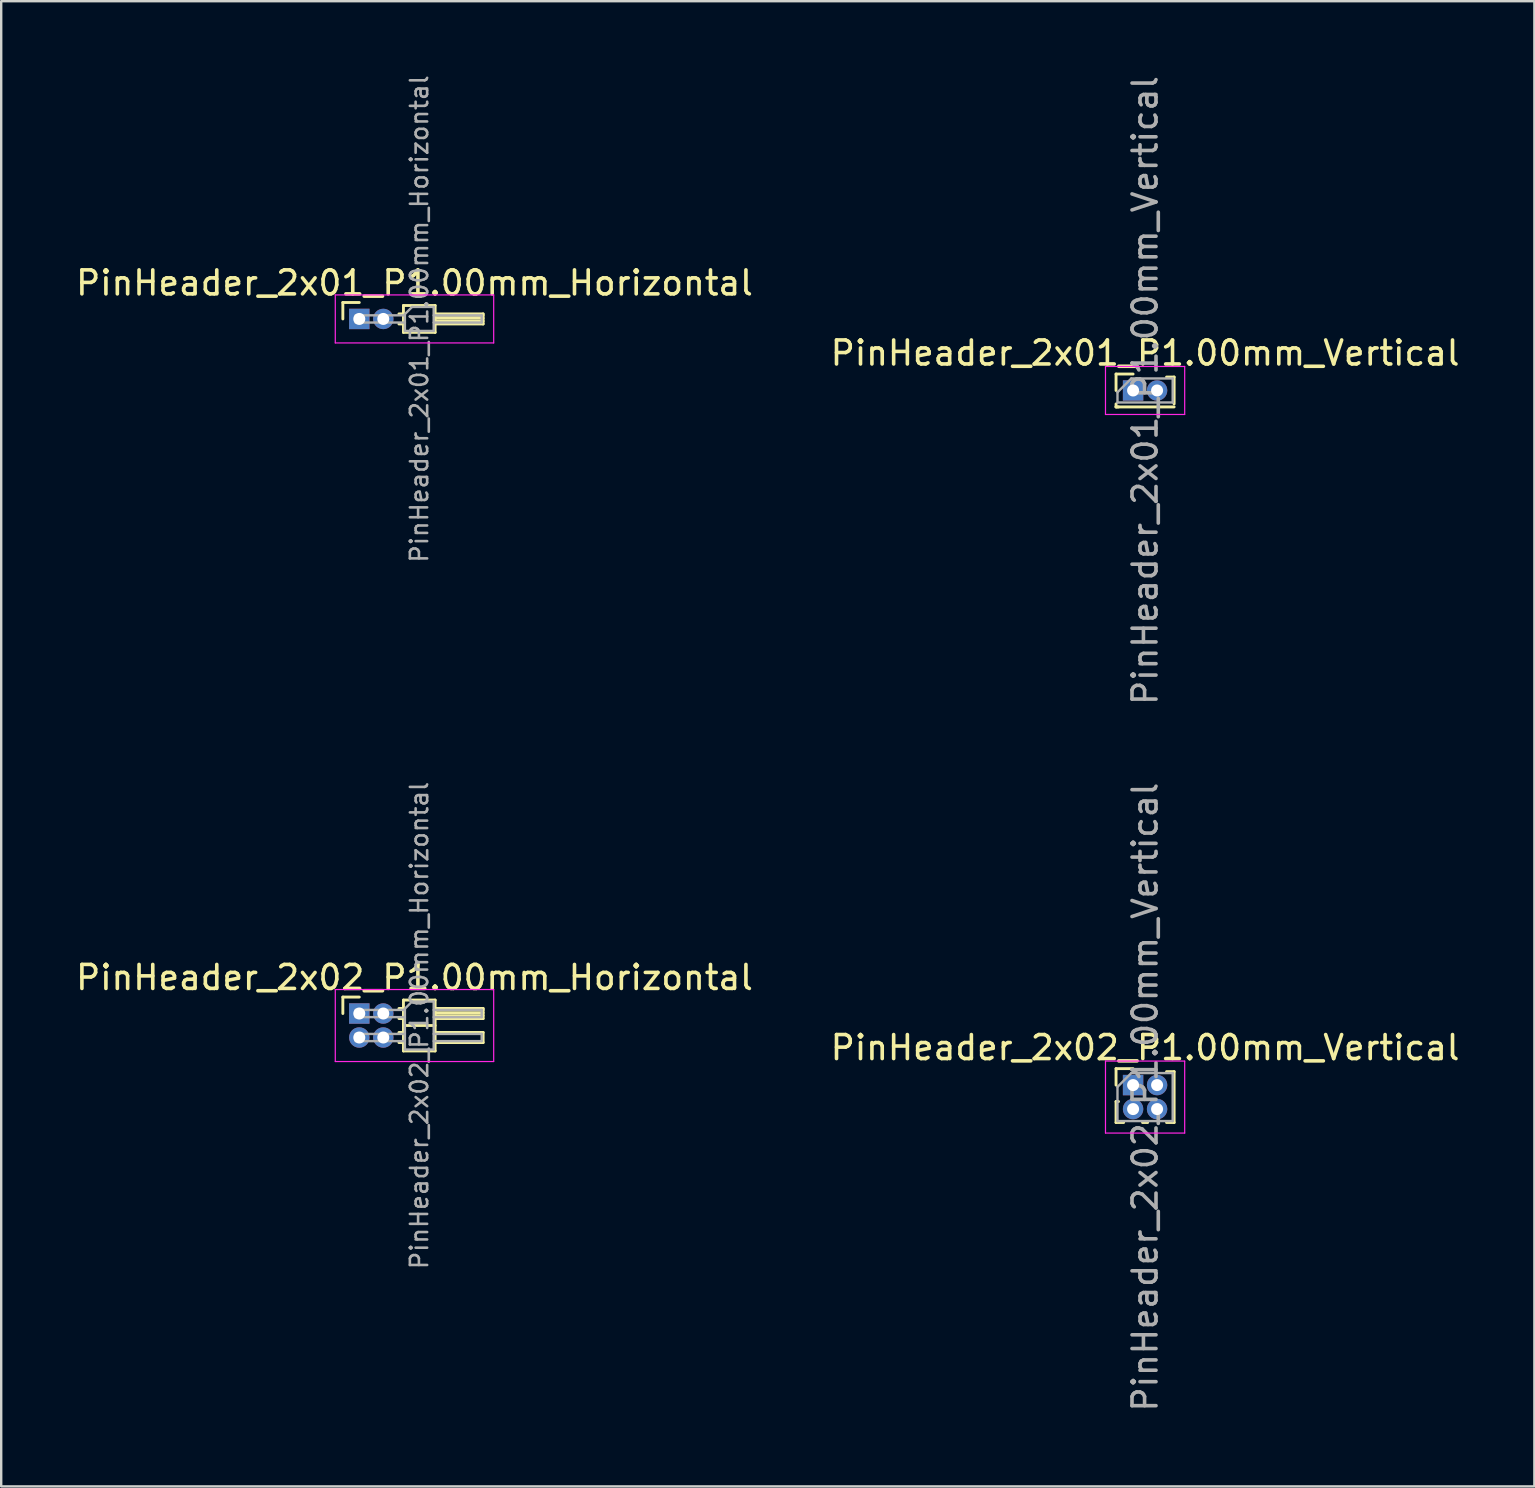
<source format=kicad_pcb>
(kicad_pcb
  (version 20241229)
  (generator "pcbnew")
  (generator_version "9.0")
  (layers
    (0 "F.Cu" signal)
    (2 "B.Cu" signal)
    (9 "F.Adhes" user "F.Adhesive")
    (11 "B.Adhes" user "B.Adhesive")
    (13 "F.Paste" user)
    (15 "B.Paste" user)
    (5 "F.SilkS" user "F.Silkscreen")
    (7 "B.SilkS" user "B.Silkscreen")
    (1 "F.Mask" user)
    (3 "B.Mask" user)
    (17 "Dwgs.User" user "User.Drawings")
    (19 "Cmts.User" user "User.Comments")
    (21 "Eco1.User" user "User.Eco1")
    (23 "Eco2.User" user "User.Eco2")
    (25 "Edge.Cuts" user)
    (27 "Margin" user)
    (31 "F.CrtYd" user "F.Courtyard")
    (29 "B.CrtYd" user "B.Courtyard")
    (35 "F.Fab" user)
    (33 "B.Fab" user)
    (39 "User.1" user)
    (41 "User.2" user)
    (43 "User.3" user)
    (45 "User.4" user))
  (footprint "PinHeader_2x01_P1.00mm_Horizontal"
    (layer "F.Cu")
    (at 11.92 10.239)
    (property "Reference" "PinHeader_2x01_P1.00mm_Horizontal" (at 2.3 -1.5 0) (layer "F.SilkS") (effects (font (size 1 1) (thickness 0.15))))
    (attr through_hole)
    (fp_line (start -0.685 -0.685) (end 0 -0.685) (stroke (width 0.12) (type solid)) (layer "F.SilkS"))
    (fp_line (start -0.685 0) (end -0.685 -0.685) (stroke (width 0.12) (type solid)) (layer "F.SilkS"))
    (fp_line (start 1.652 -0.21) (end 1.84 -0.21) (stroke (width 0.12) (type solid)) (layer "F.SilkS"))
    (fp_line (start 1.652 0.21) (end 1.84 0.21) (stroke (width 0.12) (type solid)) (layer "F.SilkS"))
    (fp_line (start 1.84 -0.56) (end 1.84 0.56) (stroke (width 0.12) (type solid)) (layer "F.SilkS"))
    (fp_line (start 1.84 0.56) (end 3.16 0.56) (stroke (width 0.12) (type solid)) (layer "F.SilkS"))
    (fp_line (start 3.16 -0.56) (end 1.84 -0.56) (stroke (width 0.12) (type solid)) (layer "F.SilkS"))
    (fp_line (start 3.16 -0.21) (end 5.16 -0.21) (stroke (width 0.12) (type solid)) (layer "F.SilkS"))
    (fp_line (start 3.16 -0.15) (end 5.16 -0.15) (stroke (width 0.12) (type solid)) (layer "F.SilkS"))
    (fp_line (start 3.16 -0.03) (end 5.16 -0.03) (stroke (width 0.12) (type solid)) (layer "F.SilkS"))
    (fp_line (start 3.16 0.09) (end 5.16 0.09) (stroke (width 0.12) (type solid)) (layer "F.SilkS"))
    (fp_line (start 3.16 0.56) (end 3.16 -0.56) (stroke (width 0.12) (type solid)) (layer "F.SilkS"))
    (fp_line (start 5.16 -0.21) (end 5.16 0.21) (stroke (width 0.12) (type solid)) (layer "F.SilkS"))
    (fp_line (start 5.16 0.21) (end 3.16 0.21) (stroke (width 0.12) (type solid)) (layer "F.SilkS"))
    (fp_line (start -1 -1) (end -1 1) (stroke (width 0.05) (type solid)) (layer "F.CrtYd"))
    (fp_line (start -1 1) (end 5.6 1) (stroke (width 0.05) (type solid)) (layer "F.CrtYd"))
    (fp_line (start 5.6 -1) (end -1 -1) (stroke (width 0.05) (type solid)) (layer "F.CrtYd"))
    (fp_line (start 5.6 1) (end 5.6 -1) (stroke (width 0.05) (type solid)) (layer "F.CrtYd"))
    (fp_line (start -0.15 -0.15) (end -0.15 0.15) (stroke (width 0.1) (type solid)) (layer "F.Fab"))
    (fp_line (start -0.15 -0.15) (end 1.9 -0.15) (stroke (width 0.1) (type solid)) (layer "F.Fab"))
    (fp_line (start -0.15 0.15) (end 1.9 0.15) (stroke (width 0.1) (type solid)) (layer "F.Fab"))
    (fp_line (start 1.9 -0.2) (end 2.2 -0.5) (stroke (width 0.1) (type solid)) (layer "F.Fab"))
    (fp_line (start 1.9 0.5) (end 1.9 -0.2) (stroke (width 0.1) (type solid)) (layer "F.Fab"))
    (fp_line (start 2.2 -0.5) (end 3.1 -0.5) (stroke (width 0.1) (type solid)) (layer "F.Fab"))
    (fp_line (start 3.1 -0.5) (end 3.1 0.5) (stroke (width 0.1) (type solid)) (layer "F.Fab"))
    (fp_line (start 3.1 -0.15) (end 5.1 -0.15) (stroke (width 0.1) (type solid)) (layer "F.Fab"))
    (fp_line (start 3.1 0.15) (end 5.1 0.15) (stroke (width 0.1) (type solid)) (layer "F.Fab"))
    (fp_line (start 3.1 0.5) (end 1.9 0.5) (stroke (width 0.1) (type solid)) (layer "F.Fab"))
    (fp_line (start 5.1 -0.15) (end 5.1 0.15) (stroke (width 0.1) (type solid)) (layer "F.Fab"))
    (fp_text user "${REFERENCE}" (at 2.5 0 90) (layer "F.Fab") (effects (font (size 0.72 0.72) (thickness 0.108))))
    (pad "1" thru_hole rect (at 0 0) (size 0.85 0.85) (drill 0.5) (layers "*.Cu" "*.Mask"))
    (pad "2" thru_hole oval (at 1 0) (size 0.85 0.85) (drill 0.5) (layers "*.Cu" "*.Mask")))
  (footprint "PinHeader_2x02_P1.00mm_Horizontal"
    (layer "F.Cu")
    (at 11.92 39.179)
    (property "Reference" "PinHeader_2x02_P1.00mm_Horizontal" (at 2.3 -1.5 0) (layer "F.SilkS") (effects (font (size 1 1) (thickness 0.15))))
    (attr through_hole)
    (fp_line (start -0.685 -0.685) (end 0 -0.685) (stroke (width 0.12) (type solid)) (layer "F.SilkS"))
    (fp_line (start -0.685 0) (end -0.685 -0.685) (stroke (width 0.12) (type solid)) (layer "F.SilkS"))
    (fp_line (start 1.652 -0.21) (end 1.84 -0.21) (stroke (width 0.12) (type solid)) (layer "F.SilkS"))
    (fp_line (start 1.652 0.21) (end 1.84 0.21) (stroke (width 0.12) (type solid)) (layer "F.SilkS"))
    (fp_line (start 1.652 0.79) (end 1.84 0.79) (stroke (width 0.12) (type solid)) (layer "F.SilkS"))
    (fp_line (start 1.652 1.21) (end 1.84 1.21) (stroke (width 0.12) (type solid)) (layer "F.SilkS"))
    (fp_line (start 1.84 -0.56) (end 1.84 1.56) (stroke (width 0.12) (type solid)) (layer "F.SilkS"))
    (fp_line (start 1.84 0.5) (end 3.16 0.5) (stroke (width 0.12) (type solid)) (layer "F.SilkS"))
    (fp_line (start 1.84 1.56) (end 3.16 1.56) (stroke (width 0.12) (type solid)) (layer "F.SilkS"))
    (fp_line (start 3.16 -0.56) (end 1.84 -0.56) (stroke (width 0.12) (type solid)) (layer "F.SilkS"))
    (fp_line (start 3.16 -0.21) (end 5.16 -0.21) (stroke (width 0.12) (type solid)) (layer "F.SilkS"))
    (fp_line (start 3.16 -0.15) (end 5.16 -0.15) (stroke (width 0.12) (type solid)) (layer "F.SilkS"))
    (fp_line (start 3.16 -0.03) (end 5.16 -0.03) (stroke (width 0.12) (type solid)) (layer "F.SilkS"))
    (fp_line (start 3.16 0.09) (end 5.16 0.09) (stroke (width 0.12) (type solid)) (layer "F.SilkS"))
    (fp_line (start 3.16 0.79) (end 5.16 0.79) (stroke (width 0.12) (type solid)) (layer "F.SilkS"))
    (fp_line (start 3.16 1.56) (end 3.16 -0.56) (stroke (width 0.12) (type solid)) (layer "F.SilkS"))
    (fp_line (start 5.16 -0.21) (end 5.16 0.21) (stroke (width 0.12) (type solid)) (layer "F.SilkS"))
    (fp_line (start 5.16 0.21) (end 3.16 0.21) (stroke (width 0.12) (type solid)) (layer "F.SilkS"))
    (fp_line (start 5.16 0.79) (end 5.16 1.21) (stroke (width 0.12) (type solid)) (layer "F.SilkS"))
    (fp_line (start 5.16 1.21) (end 3.16 1.21) (stroke (width 0.12) (type solid)) (layer "F.SilkS"))
    (fp_line (start -1 -1) (end -1 2) (stroke (width 0.05) (type solid)) (layer "F.CrtYd"))
    (fp_line (start -1 2) (end 5.6 2) (stroke (width 0.05) (type solid)) (layer "F.CrtYd"))
    (fp_line (start 5.6 -1) (end -1 -1) (stroke (width 0.05) (type solid)) (layer "F.CrtYd"))
    (fp_line (start 5.6 2) (end 5.6 -1) (stroke (width 0.05) (type solid)) (layer "F.CrtYd"))
    (fp_line (start -0.15 -0.15) (end -0.15 0.15) (stroke (width 0.1) (type solid)) (layer "F.Fab"))
    (fp_line (start -0.15 -0.15) (end 1.9 -0.15) (stroke (width 0.1) (type solid)) (layer "F.Fab"))
    (fp_line (start -0.15 0.15) (end 1.9 0.15) (stroke (width 0.1) (type solid)) (layer "F.Fab"))
    (fp_line (start -0.15 0.85) (end -0.15 1.15) (stroke (width 0.1) (type solid)) (layer "F.Fab"))
    (fp_line (start -0.15 0.85) (end 1.9 0.85) (stroke (width 0.1) (type solid)) (layer "F.Fab"))
    (fp_line (start -0.15 1.15) (end 1.9 1.15) (stroke (width 0.1) (type solid)) (layer "F.Fab"))
    (fp_line (start 1.9 -0.2) (end 2.2 -0.5) (stroke (width 0.1) (type solid)) (layer "F.Fab"))
    (fp_line (start 1.9 1.5) (end 1.9 -0.2) (stroke (width 0.1) (type solid)) (layer "F.Fab"))
    (fp_line (start 2.2 -0.5) (end 3.1 -0.5) (stroke (width 0.1) (type solid)) (layer "F.Fab"))
    (fp_line (start 3.1 -0.5) (end 3.1 1.5) (stroke (width 0.1) (type solid)) (layer "F.Fab"))
    (fp_line (start 3.1 -0.15) (end 5.1 -0.15) (stroke (width 0.1) (type solid)) (layer "F.Fab"))
    (fp_line (start 3.1 0.15) (end 5.1 0.15) (stroke (width 0.1) (type solid)) (layer "F.Fab"))
    (fp_line (start 3.1 0.85) (end 5.1 0.85) (stroke (width 0.1) (type solid)) (layer "F.Fab"))
    (fp_line (start 3.1 1.15) (end 5.1 1.15) (stroke (width 0.1) (type solid)) (layer "F.Fab"))
    (fp_line (start 3.1 1.5) (end 1.9 1.5) (stroke (width 0.1) (type solid)) (layer "F.Fab"))
    (fp_line (start 5.1 -0.15) (end 5.1 0.15) (stroke (width 0.1) (type solid)) (layer "F.Fab"))
    (fp_line (start 5.1 0.85) (end 5.1 1.15) (stroke (width 0.1) (type solid)) (layer "F.Fab"))
    (fp_text user "${REFERENCE}" (at 2.5 0.5 90) (layer "F.Fab") (effects (font (size 0.72 0.72) (thickness 0.108))))
    (pad "1" thru_hole rect (at 0 0) (size 0.85 0.85) (drill 0.5) (layers "*.Cu" "*.Mask"))
    (pad "2" thru_hole oval (at 1 0) (size 0.85 0.85) (drill 0.5) (layers "*.Cu" "*.Mask"))
    (pad "3" thru_hole oval (at 0 1) (size 0.85 0.85) (drill 0.5) (layers "*.Cu" "*.Mask"))
    (pad "4" thru_hole oval (at 1 1) (size 0.85 0.85) (drill 0.5) (layers "*.Cu" "*.Mask")))
  (footprint "PinHeader_2x02_P1.00mm_Vertical"
    (layer "F.Cu")
    (at 44.161 42.161)
    (property "Reference" "PinHeader_2x02_P1.00mm_Vertical" (at 0.5 -1.56 0) (layer "F.SilkS") (effects (font (size 1 1) (thickness 0.15))))
    (attr through_hole)
    (fp_line (start -0.71 -0.685) (end 0 -0.685) (stroke (width 0.12) (type solid)) (layer "F.SilkS"))
    (fp_line (start -0.71 0) (end -0.71 -0.685) (stroke (width 0.12) (type solid)) (layer "F.SilkS"))
    (fp_line (start -0.71 0.685) (end -0.71 1.56) (stroke (width 0.12) (type solid)) (layer "F.SilkS"))
    (fp_line (start -0.71 0.685) (end -0.608 0.685) (stroke (width 0.12) (type solid)) (layer "F.SilkS"))
    (fp_line (start -0.71 1.56) (end -0.394 1.56) (stroke (width 0.12) (type solid)) (layer "F.SilkS"))
    (fp_line (start 0.394 1.56) (end 0.606 1.56) (stroke (width 0.12) (type solid)) (layer "F.SilkS"))
    (fp_line (start 1.394 -0.56) (end 1.71 -0.56) (stroke (width 0.12) (type solid)) (layer "F.SilkS"))
    (fp_line (start 1.394 1.56) (end 1.71 1.56) (stroke (width 0.12) (type solid)) (layer "F.SilkS"))
    (fp_line (start 1.71 -0.56) (end 1.71 1.56) (stroke (width 0.12) (type solid)) (layer "F.SilkS"))
    (fp_line (start -1.15 -1) (end -1.15 2) (stroke (width 0.05) (type solid)) (layer "F.CrtYd"))
    (fp_line (start -1.15 2) (end 2.15 2) (stroke (width 0.05) (type solid)) (layer "F.CrtYd"))
    (fp_line (start 2.15 -1) (end -1.15 -1) (stroke (width 0.05) (type solid)) (layer "F.CrtYd"))
    (fp_line (start 2.15 2) (end 2.15 -1) (stroke (width 0.05) (type solid)) (layer "F.CrtYd"))
    (fp_line (start -0.65 0.075) (end -0.075 -0.5) (stroke (width 0.1) (type solid)) (layer "F.Fab"))
    (fp_line (start -0.65 1.5) (end -0.65 0.075) (stroke (width 0.1) (type solid)) (layer "F.Fab"))
    (fp_line (start -0.075 -0.5) (end 1.65 -0.5) (stroke (width 0.1) (type solid)) (layer "F.Fab"))
    (fp_line (start 1.65 -0.5) (end 1.65 1.5) (stroke (width 0.1) (type solid)) (layer "F.Fab"))
    (fp_line (start 1.65 1.5) (end -0.65 1.5) (stroke (width 0.1) (type solid)) (layer "F.Fab"))
    (fp_text user "${REFERENCE}" (at 0.5 0.5 90) (layer "F.Fab") (effects (font (size 1 1) (thickness 0.15))))
    (pad "1" thru_hole rect (at 0 0) (size 0.85 0.85) (drill 0.5) (layers "*.Cu" "*.Mask"))
    (pad "2" thru_hole oval (at 1 0) (size 0.85 0.85) (drill 0.5) (layers "*.Cu" "*.Mask"))
    (pad "3" thru_hole oval (at 0 1) (size 0.85 0.85) (drill 0.5) (layers "*.Cu" "*.Mask"))
    (pad "4" thru_hole oval (at 1 1) (size 0.85 0.85) (drill 0.5) (layers "*.Cu" "*.Mask")))
  (footprint "PinHeader_2x01_P1.00mm_Vertical"
    (layer "F.Cu")
    (at 44.161 13.22)
    (property "Reference" "PinHeader_2x01_P1.00mm_Vertical" (at 0.5 -1.56 0) (layer "F.SilkS") (effects (font (size 1 1) (thickness 0.15))))
    (attr through_hole)
    (fp_line (start -0.71 -0.685) (end 0 -0.685) (stroke (width 0.12) (type solid)) (layer "F.SilkS"))
    (fp_line (start -0.71 0) (end -0.71 -0.685) (stroke (width 0.12) (type solid)) (layer "F.SilkS"))
    (fp_line (start -0.71 0.685) (end -0.71 0.56) (stroke (width 0.12) (type solid)) (layer "F.SilkS"))
    (fp_line (start -0.71 0.685) (end -0.608 0.685) (stroke (width 0.12) (type solid)) (layer "F.SilkS"))
    (fp_line (start -0.71 0.685) (end 1.71 0.685) (stroke (width 0.12) (type solid)) (layer "F.SilkS"))
    (fp_line (start 1.394 -0.56) (end 1.71 -0.56) (stroke (width 0.12) (type solid)) (layer "F.SilkS"))
    (fp_line (start 1.71 -0.56) (end 1.71 0.56) (stroke (width 0.12) (type solid)) (layer "F.SilkS"))
    (fp_line (start -1.15 -1) (end -1.15 1) (stroke (width 0.05) (type solid)) (layer "F.CrtYd"))
    (fp_line (start -1.15 1) (end 2.15 1) (stroke (width 0.05) (type solid)) (layer "F.CrtYd"))
    (fp_line (start 2.15 -1) (end -1.15 -1) (stroke (width 0.05) (type solid)) (layer "F.CrtYd"))
    (fp_line (start 2.15 1) (end 2.15 -1) (stroke (width 0.05) (type solid)) (layer "F.CrtYd"))
    (fp_line (start -0.65 0.075) (end -0.075 -0.5) (stroke (width 0.1) (type solid)) (layer "F.Fab"))
    (fp_line (start -0.65 0.5) (end -0.65 0.075) (stroke (width 0.1) (type solid)) (layer "F.Fab"))
    (fp_line (start -0.075 -0.5) (end 1.65 -0.5) (stroke (width 0.1) (type solid)) (layer "F.Fab"))
    (fp_line (start 1.65 -0.5) (end 1.65 0.5) (stroke (width 0.1) (type solid)) (layer "F.Fab"))
    (fp_line (start 1.65 0.5) (end -0.65 0.5) (stroke (width 0.1) (type solid)) (layer "F.Fab"))
    (fp_text user "${REFERENCE}" (at 0.5 0 90) (layer "F.Fab") (effects (font (size 1 1) (thickness 0.15))))
    (pad "1" thru_hole rect (at 0 0) (size 0.85 0.85) (drill 0.5) (layers "*.Cu" "*.Mask"))
    (pad "2" thru_hole oval (at 1 0) (size 0.85 0.85) (drill 0.5) (layers "*.Cu" "*.Mask")))
  (gr_rect
    (start -3 -3)
    (end 60.881 58.881)
    (stroke (width 0.1) (type default))
    (fill no)
    (layer "Edge.Cuts")))
</source>
